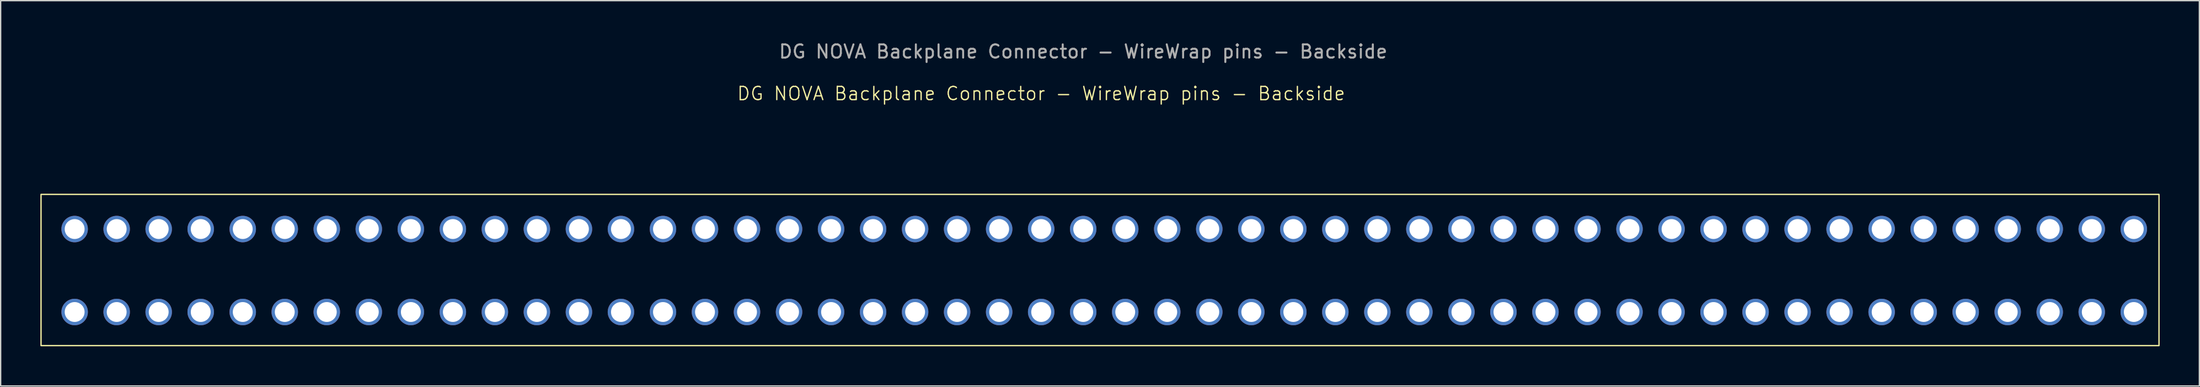
<source format=kicad_pcb>
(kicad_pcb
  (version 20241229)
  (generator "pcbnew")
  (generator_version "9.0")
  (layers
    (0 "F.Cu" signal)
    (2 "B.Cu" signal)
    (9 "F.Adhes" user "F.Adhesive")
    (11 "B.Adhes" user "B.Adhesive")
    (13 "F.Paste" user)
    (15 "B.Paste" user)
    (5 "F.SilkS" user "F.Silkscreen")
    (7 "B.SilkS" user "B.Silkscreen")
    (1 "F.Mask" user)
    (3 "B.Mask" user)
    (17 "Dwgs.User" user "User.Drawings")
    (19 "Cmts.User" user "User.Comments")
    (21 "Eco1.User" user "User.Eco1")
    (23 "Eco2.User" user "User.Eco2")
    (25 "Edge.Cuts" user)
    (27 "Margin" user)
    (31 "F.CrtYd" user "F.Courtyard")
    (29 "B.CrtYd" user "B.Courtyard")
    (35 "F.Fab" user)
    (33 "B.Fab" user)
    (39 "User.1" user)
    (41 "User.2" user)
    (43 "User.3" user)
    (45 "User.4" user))
  (footprint "DG NOVA Backplane Connector - WireWrap pins - Backside"
    (layer "F.Cu")
    (at 79.79 17.438)
    (property "Reference" "DG NOVA Backplane Connector - WireWrap pins - Backside" (at -4.175 -13.415 0) (unlocked yes) (layer "F.SilkS") (effects (font (size 1 1) (thickness 0.1))))
    (attr through_hole)
    (fp_rect (start -79.74 5.635) (end 80.28 -5.795) (stroke (width 0.1) (type default)) (fill no) (layer "F.SilkS"))
    (fp_text user "${REFERENCE}" (at -1 -16.59 0) (unlocked yes) (layer "F.Fab") (effects (font (size 1 1) (thickness 0.15))))
    (pad "1" thru_hole circle (at -77.2 -3.175 270) (size 2 2) (drill 1.5) (layers "*.Cu" "*.Mask"))
    (pad "2" thru_hole circle (at -77.2 3.095 270) (size 2 2) (drill 1.5) (layers "*.Cu" "*.Mask"))
    (pad "3" thru_hole circle (at -74.025 -3.175 270) (size 2 2) (drill 1.5) (layers "*.Cu" "*.Mask"))
    (pad "4" thru_hole circle (at -74.025 3.095 270) (size 2 2) (drill 1.5) (layers "*.Cu" "*.Mask"))
    (pad "5" thru_hole circle (at -70.85 -3.175 270) (size 2 2) (drill 1.5) (layers "*.Cu" "*.Mask"))
    (pad "6" thru_hole circle (at -70.85 3.095 270) (size 2 2) (drill 1.5) (layers "*.Cu" "*.Mask"))
    (pad "7" thru_hole circle (at -67.675 -3.175 270) (size 2 2) (drill 1.5) (layers "*.Cu" "*.Mask"))
    (pad "8" thru_hole circle (at -67.675 3.095 270) (size 2 2) (drill 1.5) (layers "*.Cu" "*.Mask"))
    (pad "9" thru_hole circle (at -64.5 -3.175 270) (size 2 2) (drill 1.5) (layers "*.Cu" "*.Mask"))
    (pad "10" thru_hole circle (at -64.5 3.095 270) (size 2 2) (drill 1.5) (layers "*.Cu" "*.Mask"))
    (pad "11" thru_hole circle (at -61.325 -3.175 270) (size 2 2) (drill 1.5) (layers "*.Cu" "*.Mask"))
    (pad "12" thru_hole circle (at -61.325 3.095 270) (size 2 2) (drill 1.5) (layers "*.Cu" "*.Mask"))
    (pad "13" thru_hole circle (at -58.15 -3.175 270) (size 2 2) (drill 1.5) (layers "*.Cu" "*.Mask"))
    (pad "14" thru_hole circle (at -58.15 3.095 270) (size 2 2) (drill 1.5) (layers "*.Cu" "*.Mask"))
    (pad "15" thru_hole circle (at -54.975 -3.175 270) (size 2 2) (drill 1.5) (layers "*.Cu" "*.Mask"))
    (pad "16" thru_hole circle (at -54.975 3.095 270) (size 2 2) (drill 1.5) (layers "*.Cu" "*.Mask"))
    (pad "17" thru_hole circle (at -51.8 -3.175 270) (size 2 2) (drill 1.5) (layers "*.Cu" "*.Mask"))
    (pad "18" thru_hole circle (at -51.8 3.095 270) (size 2 2) (drill 1.5) (layers "*.Cu" "*.Mask"))
    (pad "19" thru_hole circle (at -48.625 -3.175 270) (size 2 2) (drill 1.5) (layers "*.Cu" "*.Mask"))
    (pad "20" thru_hole circle (at -48.625 3.095 270) (size 2 2) (drill 1.5) (layers "*.Cu" "*.Mask"))
    (pad "21" thru_hole circle (at -45.45 -3.175 270) (size 2 2) (drill 1.5) (layers "*.Cu" "*.Mask"))
    (pad "22" thru_hole circle (at -45.45 3.095 270) (size 2 2) (drill 1.5) (layers "*.Cu" "*.Mask"))
    (pad "23" thru_hole circle (at -42.275 -3.175 270) (size 2 2) (drill 1.5) (layers "*.Cu" "*.Mask"))
    (pad "24" thru_hole circle (at -42.275 3.095 270) (size 2 2) (drill 1.5) (layers "*.Cu" "*.Mask"))
    (pad "25" thru_hole circle (at -39.1 -3.175 270) (size 2 2) (drill 1.5) (layers "*.Cu" "*.Mask"))
    (pad "26" thru_hole circle (at -39.1 3.095 270) (size 2 2) (drill 1.5) (layers "*.Cu" "*.Mask"))
    (pad "27" thru_hole circle (at -35.925 -3.175 270) (size 2 2) (drill 1.5) (layers "*.Cu" "*.Mask"))
    (pad "28" thru_hole circle (at -35.925 3.095 270) (size 2 2) (drill 1.5) (layers "*.Cu" "*.Mask"))
    (pad "29" thru_hole circle (at -32.75 -3.175 270) (size 2 2) (drill 1.5) (layers "*.Cu" "*.Mask"))
    (pad "30" thru_hole circle (at -32.75 3.095 270) (size 2 2) (drill 1.5) (layers "*.Cu" "*.Mask"))
    (pad "31" thru_hole circle (at -29.575 -3.175 270) (size 2 2) (drill 1.5) (layers "*.Cu" "*.Mask"))
    (pad "32" thru_hole circle (at -29.575 3.095 270) (size 2 2) (drill 1.5) (layers "*.Cu" "*.Mask"))
    (pad "33" thru_hole circle (at -26.4 -3.175 270) (size 2 2) (drill 1.5) (layers "*.Cu" "*.Mask"))
    (pad "34" thru_hole circle (at -26.4 3.095 270) (size 2 2) (drill 1.5) (layers "*.Cu" "*.Mask"))
    (pad "35" thru_hole circle (at -23.225 -3.175 270) (size 2 2) (drill 1.5) (layers "*.Cu" "*.Mask"))
    (pad "36" thru_hole circle (at -23.225 3.095 270) (size 2 2) (drill 1.5) (layers "*.Cu" "*.Mask"))
    (pad "37" thru_hole circle (at -20.05 -3.175 270) (size 2 2) (drill 1.5) (layers "*.Cu" "*.Mask"))
    (pad "38" thru_hole circle (at -20.05 3.095 270) (size 2 2) (drill 1.5) (layers "*.Cu" "*.Mask"))
    (pad "39" thru_hole circle (at -16.875 -3.175 270) (size 2 2) (drill 1.5) (layers "*.Cu" "*.Mask"))
    (pad "40" thru_hole circle (at -16.875 3.095 270) (size 2 2) (drill 1.5) (layers "*.Cu" "*.Mask"))
    (pad "41" thru_hole circle (at -13.7 -3.175 270) (size 2 2) (drill 1.5) (layers "*.Cu" "*.Mask"))
    (pad "42" thru_hole circle (at -13.7 3.095 270) (size 2 2) (drill 1.5) (layers "*.Cu" "*.Mask"))
    (pad "43" thru_hole circle (at -10.525 -3.175 270) (size 2 2) (drill 1.5) (layers "*.Cu" "*.Mask"))
    (pad "44" thru_hole circle (at -10.525 3.095 270) (size 2 2) (drill 1.5) (layers "*.Cu" "*.Mask"))
    (pad "45" thru_hole circle (at -7.35 -3.175 270) (size 2 2) (drill 1.5) (layers "*.Cu" "*.Mask"))
    (pad "46" thru_hole circle (at -7.35 3.095 270) (size 2 2) (drill 1.5) (layers "*.Cu" "*.Mask"))
    (pad "47" thru_hole circle (at -4.175 -3.175 270) (size 2 2) (drill 1.5) (layers "*.Cu" "*.Mask"))
    (pad "48" thru_hole circle (at -4.175 3.095 270) (size 2 2) (drill 1.5) (layers "*.Cu" "*.Mask"))
    (pad "49" thru_hole circle (at -1 -3.175 270) (size 2 2) (drill 1.5) (layers "*.Cu" "*.Mask"))
    (pad "50" thru_hole circle (at -1 3.095 270) (size 2 2) (drill 1.5) (layers "*.Cu" "*.Mask"))
    (pad "51" thru_hole circle (at 2.175 -3.175 270) (size 2 2) (drill 1.5) (layers "*.Cu" "*.Mask"))
    (pad "52" thru_hole circle (at 2.175 3.095 270) (size 2 2) (drill 1.5) (layers "*.Cu" "*.Mask"))
    (pad "53" thru_hole circle (at 5.35 -3.175 270) (size 2 2) (drill 1.5) (layers "*.Cu" "*.Mask"))
    (pad "54" thru_hole circle (at 5.35 3.095 270) (size 2 2) (drill 1.5) (layers "*.Cu" "*.Mask"))
    (pad "55" thru_hole circle (at 8.525 -3.175 270) (size 2 2) (drill 1.5) (layers "*.Cu" "*.Mask"))
    (pad "56" thru_hole circle (at 8.525 3.095 270) (size 2 2) (drill 1.5) (layers "*.Cu" "*.Mask"))
    (pad "57" thru_hole circle (at 11.7 -3.175 270) (size 2 2) (drill 1.5) (layers "*.Cu" "*.Mask"))
    (pad "58" thru_hole circle (at 11.7 3.095 270) (size 2 2) (drill 1.5) (layers "*.Cu" "*.Mask"))
    (pad "59" thru_hole circle (at 14.875 -3.175 270) (size 2 2) (drill 1.5) (layers "*.Cu" "*.Mask"))
    (pad "60" thru_hole circle (at 14.875 3.095 270) (size 2 2) (drill 1.5) (layers "*.Cu" "*.Mask"))
    (pad "61" thru_hole circle (at 18.05 -3.175 270) (size 2 2) (drill 1.5) (layers "*.Cu" "*.Mask"))
    (pad "62" thru_hole circle (at 18.05 3.095 270) (size 2 2) (drill 1.5) (layers "*.Cu" "*.Mask"))
    (pad "63" thru_hole circle (at 21.225 -3.175 270) (size 2 2) (drill 1.5) (layers "*.Cu" "*.Mask"))
    (pad "64" thru_hole circle (at 21.225 3.095 270) (size 2 2) (drill 1.5) (layers "*.Cu" "*.Mask"))
    (pad "65" thru_hole circle (at 24.4 -3.175 270) (size 2 2) (drill 1.5) (layers "*.Cu" "*.Mask"))
    (pad "66" thru_hole circle (at 24.4 3.095 270) (size 2 2) (drill 1.5) (layers "*.Cu" "*.Mask"))
    (pad "67" thru_hole circle (at 27.575 -3.175 270) (size 2 2) (drill 1.5) (layers "*.Cu" "*.Mask"))
    (pad "68" thru_hole circle (at 27.575 3.095 270) (size 2 2) (drill 1.5) (layers "*.Cu" "*.Mask"))
    (pad "69" thru_hole circle (at 30.75 -3.175 270) (size 2 2) (drill 1.5) (layers "*.Cu" "*.Mask"))
    (pad "70" thru_hole circle (at 30.75 3.095 270) (size 2 2) (drill 1.5) (layers "*.Cu" "*.Mask"))
    (pad "71" thru_hole circle (at 33.925 -3.175 270) (size 2 2) (drill 1.5) (layers "*.Cu" "*.Mask"))
    (pad "72" thru_hole circle (at 33.925 3.095 270) (size 2 2) (drill 1.5) (layers "*.Cu" "*.Mask"))
    (pad "73" thru_hole circle (at 37.1 -3.175 270) (size 2 2) (drill 1.5) (layers "*.Cu" "*.Mask"))
    (pad "74" thru_hole circle (at 37.1 3.095 270) (size 2 2) (drill 1.5) (layers "*.Cu" "*.Mask"))
    (pad "75" thru_hole circle (at 40.275 -3.175 270) (size 2 2) (drill 1.5) (layers "*.Cu" "*.Mask"))
    (pad "76" thru_hole circle (at 40.275 3.095 270) (size 2 2) (drill 1.5) (layers "*.Cu" "*.Mask"))
    (pad "77" thru_hole circle (at 43.45 -3.175 270) (size 2 2) (drill 1.5) (layers "*.Cu" "*.Mask"))
    (pad "78" thru_hole circle (at 43.45 3.095 270) (size 2 2) (drill 1.5) (layers "*.Cu" "*.Mask"))
    (pad "79" thru_hole circle (at 46.625 -3.175 270) (size 2 2) (drill 1.5) (layers "*.Cu" "*.Mask"))
    (pad "80" thru_hole circle (at 46.625 3.095 270) (size 2 2) (drill 1.5) (layers "*.Cu" "*.Mask"))
    (pad "81" thru_hole circle (at 49.8 -3.175 270) (size 2 2) (drill 1.5) (layers "*.Cu" "*.Mask"))
    (pad "82" thru_hole circle (at 49.8 3.095 270) (size 2 2) (drill 1.5) (layers "*.Cu" "*.Mask"))
    (pad "83" thru_hole circle (at 52.975 -3.175 270) (size 2 2) (drill 1.5) (layers "*.Cu" "*.Mask"))
    (pad "84" thru_hole circle (at 52.975 3.095 270) (size 2 2) (drill 1.5) (layers "*.Cu" "*.Mask"))
    (pad "85" thru_hole circle (at 56.15 -3.175 270) (size 2 2) (drill 1.5) (layers "*.Cu" "*.Mask"))
    (pad "86" thru_hole circle (at 56.15 3.095 270) (size 2 2) (drill 1.5) (layers "*.Cu" "*.Mask"))
    (pad "87" thru_hole circle (at 59.325 -3.175 270) (size 2 2) (drill 1.5) (layers "*.Cu" "*.Mask"))
    (pad "88" thru_hole circle (at 59.325 3.095 270) (size 2 2) (drill 1.5) (layers "*.Cu" "*.Mask"))
    (pad "89" thru_hole circle (at 62.5 -3.175 270) (size 2 2) (drill 1.5) (layers "*.Cu" "*.Mask"))
    (pad "90" thru_hole circle (at 62.5 3.095 270) (size 2 2) (drill 1.5) (layers "*.Cu" "*.Mask"))
    (pad "91" thru_hole circle (at 65.675 -3.175 270) (size 2 2) (drill 1.5) (layers "*.Cu" "*.Mask"))
    (pad "92" thru_hole circle (at 65.675 3.095 270) (size 2 2) (drill 1.5) (layers "*.Cu" "*.Mask"))
    (pad "93" thru_hole circle (at 68.85 -3.175 270) (size 2 2) (drill 1.5) (layers "*.Cu" "*.Mask"))
    (pad "94" thru_hole circle (at 68.85 3.095 270) (size 2 2) (drill 1.5) (layers "*.Cu" "*.Mask"))
    (pad "95" thru_hole circle (at 72.025 -3.175 270) (size 2 2) (drill 1.5) (layers "*.Cu" "*.Mask"))
    (pad "96" thru_hole circle (at 72.025 3.095 270) (size 2 2) (drill 1.5) (layers "*.Cu" "*.Mask"))
    (pad "97" thru_hole circle (at 75.2 -3.175 270) (size 2 2) (drill 1.5) (layers "*.Cu" "*.Mask"))
    (pad "98" thru_hole circle (at 75.2 3.095 270) (size 2 2) (drill 1.5) (layers "*.Cu" "*.Mask"))
    (pad "99" thru_hole circle (at 78.375 -3.175 270) (size 2 2) (drill 1.5) (layers "*.Cu" "*.Mask"))
    (pad "100" thru_hole circle (at 78.375 3.095 270) (size 2 2) (drill 1.5) (layers "*.Cu" "*.Mask")))
  (gr_rect
    (start -3 -3)
    (end 163.12 26.123)
    (stroke (width 0.1) (type default))
    (fill no)
    (layer "Edge.Cuts")))
</source>
